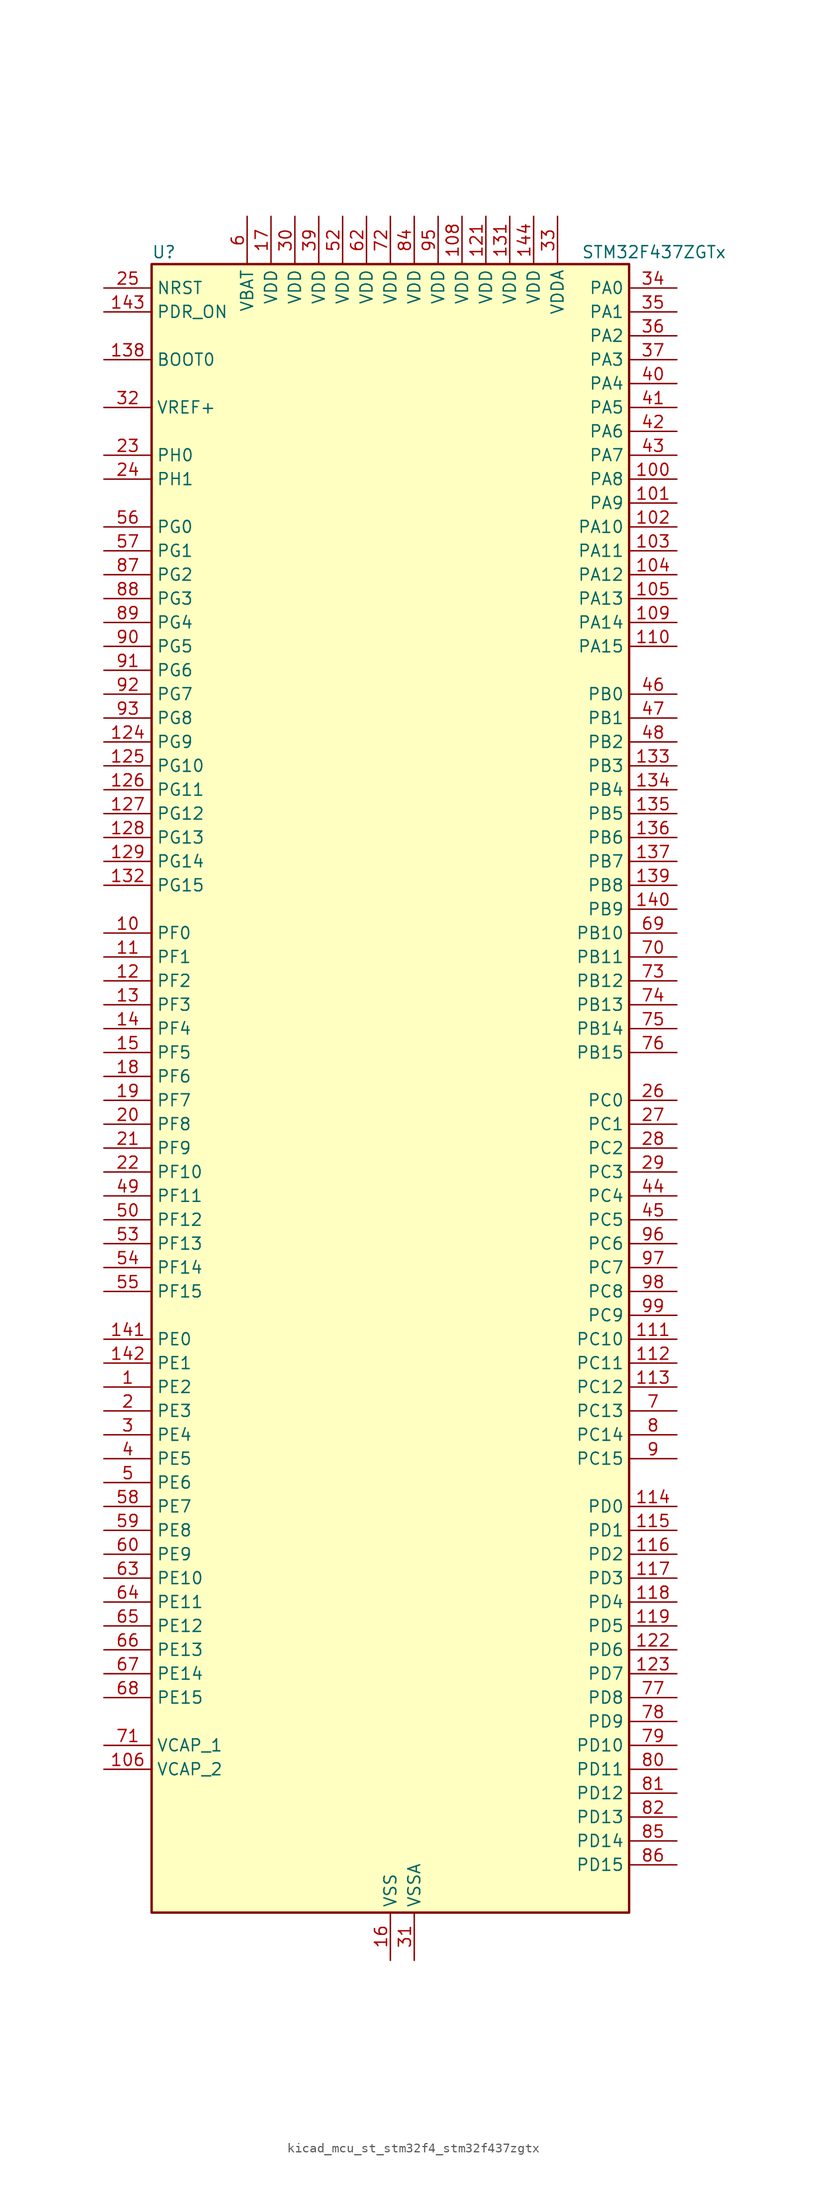
<source format=kicad_sym>
(kicad_symbol_lib
  (version 20220914)
  (generator kicad_symbol_editor)
  (symbol "kicad_mcu_st_stm32f4_stm32f437zgtx"
    (property "Reference" "U"
      (at -25.4 90.17 0)
      (effects (font (size 1.27 1.27)) (justify left)))
    (property "Value" "STM32F437ZGTx"
      (at 20.32 90.17 0)
      (effects (font (size 1.27 1.27)) (justify left)))
    (property "ki_locked" ""
      (at 0 0 0)
      (effects (font (size 1.27 1.27))))
    (symbol "kicad_mcu_st_stm32f4_stm32f437zgtx_0_1"
      (rectangle (start -25.4 -86.36) (end 25.4 88.9) (stroke (width 0.254) (type default)) (fill (type background))))
    (symbol "kicad_mcu_st_stm32f4_stm32f437zgtx_1_1"
      (pin bidirectional line (at -30.48 -30.48 0) (length 5.08) (name "PE2" (effects (font (size 1.27 1.27)))) (number "1" (effects (font (size 1.27 1.27)))) (alternate "ETH_TXD3" bidirectional line) (alternate "FMC_A23" bidirectional line) (alternate "SAI1_MCLK_A" bidirectional line) (alternate "SPI4_SCK" bidirectional line) (alternate "SYS_TRACECLK" bidirectional line))
      (pin bidirectional line (at -30.48 17.78 0) (length 5.08) (name "PF0" (effects (font (size 1.27 1.27)))) (number "10" (effects (font (size 1.27 1.27)))) (alternate "FMC_A0" bidirectional line) (alternate "I2C2_SDA" bidirectional line))
      (pin bidirectional line (at 30.48 66.04 180) (length 5.08) (name "PA8" (effects (font (size 1.27 1.27)))) (number "100" (effects (font (size 1.27 1.27)))) (alternate "I2C3_SCL" bidirectional line) (alternate "RCC_MCO_1" bidirectional line) (alternate "TIM1_CH1" bidirectional line) (alternate "USART1_CK" bidirectional line) (alternate "USB_OTG_FS_SOF" bidirectional line))
      (pin bidirectional line (at 30.48 63.5 180) (length 5.08) (name "PA9" (effects (font (size 1.27 1.27)))) (number "101" (effects (font (size 1.27 1.27)))) (alternate "DAC_EXTI9" bidirectional line) (alternate "DCMI_D0" bidirectional line) (alternate "I2C3_SMBA" bidirectional line) (alternate "TIM1_CH2" bidirectional line) (alternate "USART1_TX" bidirectional line) (alternate "USB_OTG_FS_VBUS" bidirectional line))
      (pin bidirectional line (at 30.48 60.96 180) (length 5.08) (name "PA10" (effects (font (size 1.27 1.27)))) (number "102" (effects (font (size 1.27 1.27)))) (alternate "DCMI_D1" bidirectional line) (alternate "TIM1_CH3" bidirectional line) (alternate "USART1_RX" bidirectional line) (alternate "USB_OTG_FS_ID" bidirectional line))
      (pin bidirectional line (at 30.48 58.42 180) (length 5.08) (name "PA11" (effects (font (size 1.27 1.27)))) (number "103" (effects (font (size 1.27 1.27)))) (alternate "ADC1_EXTI11" bidirectional line) (alternate "ADC2_EXTI11" bidirectional line) (alternate "ADC3_EXTI11" bidirectional line) (alternate "CAN1_RX" bidirectional line) (alternate "TIM1_CH4" bidirectional line) (alternate "USART1_CTS" bidirectional line) (alternate "USB_OTG_FS_DM" bidirectional line))
      (pin bidirectional line (at 30.48 55.88 180) (length 5.08) (name "PA12" (effects (font (size 1.27 1.27)))) (number "104" (effects (font (size 1.27 1.27)))) (alternate "CAN1_TX" bidirectional line) (alternate "TIM1_ETR" bidirectional line) (alternate "USART1_RTS" bidirectional line) (alternate "USB_OTG_FS_DP" bidirectional line))
      (pin bidirectional line (at 30.48 53.34 180) (length 5.08) (name "PA13" (effects (font (size 1.27 1.27)))) (number "105" (effects (font (size 1.27 1.27)))) (alternate "SYS_JTMS-SWDIO" bidirectional line))
      (pin power_out line (at -30.48 -71.12 0) (length 5.08) (name "VCAP_2" (effects (font (size 1.27 1.27)))) (number "106" (effects (font (size 1.27 1.27)))))
      (pin passive line (at 0 -91.44 90) (length 5.08) hide (name "VSS" (effects (font (size 1.27 1.27)))) (number "107" (effects (font (size 1.27 1.27)))))
      (pin power_in line (at 7.62 93.98 270) (length 5.08) (name "VDD" (effects (font (size 1.27 1.27)))) (number "108" (effects (font (size 1.27 1.27)))))
      (pin bidirectional line (at 30.48 50.8 180) (length 5.08) (name "PA14" (effects (font (size 1.27 1.27)))) (number "109" (effects (font (size 1.27 1.27)))) (alternate "SYS_JTCK-SWCLK" bidirectional line))
      (pin bidirectional line (at -30.48 15.24 0) (length 5.08) (name "PF1" (effects (font (size 1.27 1.27)))) (number "11" (effects (font (size 1.27 1.27)))) (alternate "FMC_A1" bidirectional line) (alternate "I2C2_SCL" bidirectional line))
      (pin bidirectional line (at 30.48 48.26 180) (length 5.08) (name "PA15" (effects (font (size 1.27 1.27)))) (number "110" (effects (font (size 1.27 1.27)))) (alternate "ADC1_EXTI15" bidirectional line) (alternate "ADC2_EXTI15" bidirectional line) (alternate "ADC3_EXTI15" bidirectional line) (alternate "I2S3_WS" bidirectional line) (alternate "SPI1_NSS" bidirectional line) (alternate "SPI3_NSS" bidirectional line) (alternate "SYS_JTDI" bidirectional line) (alternate "TIM2_CH1" bidirectional line) (alternate "TIM2_ETR" bidirectional line))
      (pin bidirectional line (at 30.48 -25.4 180) (length 5.08) (name "PC10" (effects (font (size 1.27 1.27)))) (number "111" (effects (font (size 1.27 1.27)))) (alternate "DCMI_D8" bidirectional line) (alternate "I2S3_CK" bidirectional line) (alternate "SDIO_D2" bidirectional line) (alternate "SPI3_SCK" bidirectional line) (alternate "UART4_TX" bidirectional line) (alternate "USART3_TX" bidirectional line))
      (pin bidirectional line (at 30.48 -27.94 180) (length 5.08) (name "PC11" (effects (font (size 1.27 1.27)))) (number "112" (effects (font (size 1.27 1.27)))) (alternate "ADC1_EXTI11" bidirectional line) (alternate "ADC2_EXTI11" bidirectional line) (alternate "ADC3_EXTI11" bidirectional line) (alternate "DCMI_D4" bidirectional line) (alternate "I2S3_ext_SD" bidirectional line) (alternate "SDIO_D3" bidirectional line) (alternate "SPI3_MISO" bidirectional line) (alternate "UART4_RX" bidirectional line) (alternate "USART3_RX" bidirectional line))
      (pin bidirectional line (at 30.48 -30.48 180) (length 5.08) (name "PC12" (effects (font (size 1.27 1.27)))) (number "113" (effects (font (size 1.27 1.27)))) (alternate "DCMI_D9" bidirectional line) (alternate "I2S3_SD" bidirectional line) (alternate "SDIO_CK" bidirectional line) (alternate "SPI3_MOSI" bidirectional line) (alternate "UART5_TX" bidirectional line) (alternate "USART3_CK" bidirectional line))
      (pin bidirectional line (at 30.48 -43.18 180) (length 5.08) (name "PD0" (effects (font (size 1.27 1.27)))) (number "114" (effects (font (size 1.27 1.27)))) (alternate "CAN1_RX" bidirectional line) (alternate "FMC_D2" bidirectional line) (alternate "FMC_DA2" bidirectional line))
      (pin bidirectional line (at 30.48 -45.72 180) (length 5.08) (name "PD1" (effects (font (size 1.27 1.27)))) (number "115" (effects (font (size 1.27 1.27)))) (alternate "CAN1_TX" bidirectional line) (alternate "FMC_D3" bidirectional line) (alternate "FMC_DA3" bidirectional line))
      (pin bidirectional line (at 30.48 -48.26 180) (length 5.08) (name "PD2" (effects (font (size 1.27 1.27)))) (number "116" (effects (font (size 1.27 1.27)))) (alternate "DCMI_D11" bidirectional line) (alternate "SDIO_CMD" bidirectional line) (alternate "TIM3_ETR" bidirectional line) (alternate "UART5_RX" bidirectional line))
      (pin bidirectional line (at 30.48 -50.8 180) (length 5.08) (name "PD3" (effects (font (size 1.27 1.27)))) (number "117" (effects (font (size 1.27 1.27)))) (alternate "DCMI_D5" bidirectional line) (alternate "FMC_CLK" bidirectional line) (alternate "I2S2_CK" bidirectional line) (alternate "SPI2_SCK" bidirectional line) (alternate "USART2_CTS" bidirectional line))
      (pin bidirectional line (at 30.48 -53.34 180) (length 5.08) (name "PD4" (effects (font (size 1.27 1.27)))) (number "118" (effects (font (size 1.27 1.27)))) (alternate "FMC_NOE" bidirectional line) (alternate "USART2_RTS" bidirectional line))
      (pin bidirectional line (at 30.48 -55.88 180) (length 5.08) (name "PD5" (effects (font (size 1.27 1.27)))) (number "119" (effects (font (size 1.27 1.27)))) (alternate "FMC_NWE" bidirectional line) (alternate "USART2_TX" bidirectional line))
      (pin bidirectional line (at -30.48 12.7 0) (length 5.08) (name "PF2" (effects (font (size 1.27 1.27)))) (number "12" (effects (font (size 1.27 1.27)))) (alternate "FMC_A2" bidirectional line) (alternate "I2C2_SMBA" bidirectional line))
      (pin passive line (at 0 -91.44 90) (length 5.08) hide (name "VSS" (effects (font (size 1.27 1.27)))) (number "120" (effects (font (size 1.27 1.27)))))
      (pin power_in line (at 10.16 93.98 270) (length 5.08) (name "VDD" (effects (font (size 1.27 1.27)))) (number "121" (effects (font (size 1.27 1.27)))))
      (pin bidirectional line (at 30.48 -58.42 180) (length 5.08) (name "PD6" (effects (font (size 1.27 1.27)))) (number "122" (effects (font (size 1.27 1.27)))) (alternate "DCMI_D10" bidirectional line) (alternate "FMC_NWAIT" bidirectional line) (alternate "I2S3_SD" bidirectional line) (alternate "SAI1_SD_A" bidirectional line) (alternate "SPI3_MOSI" bidirectional line) (alternate "USART2_RX" bidirectional line))
      (pin bidirectional line (at 30.48 -60.96 180) (length 5.08) (name "PD7" (effects (font (size 1.27 1.27)))) (number "123" (effects (font (size 1.27 1.27)))) (alternate "FMC_NCE2" bidirectional line) (alternate "FMC_NE1" bidirectional line) (alternate "USART2_CK" bidirectional line))
      (pin bidirectional line (at -30.48 38.1 0) (length 5.08) (name "PG9" (effects (font (size 1.27 1.27)))) (number "124" (effects (font (size 1.27 1.27)))) (alternate "DAC_EXTI9" bidirectional line) (alternate "DCMI_VSYNC" bidirectional line) (alternate "FMC_NCE3" bidirectional line) (alternate "FMC_NE2" bidirectional line) (alternate "USART6_RX" bidirectional line))
      (pin bidirectional line (at -30.48 35.56 0) (length 5.08) (name "PG10" (effects (font (size 1.27 1.27)))) (number "125" (effects (font (size 1.27 1.27)))) (alternate "DCMI_D2" bidirectional line) (alternate "FMC_NCE4_1" bidirectional line) (alternate "FMC_NE3" bidirectional line))
      (pin bidirectional line (at -30.48 33.02 0) (length 5.08) (name "PG11" (effects (font (size 1.27 1.27)))) (number "126" (effects (font (size 1.27 1.27)))) (alternate "ADC1_EXTI11" bidirectional line) (alternate "ADC2_EXTI11" bidirectional line) (alternate "ADC3_EXTI11" bidirectional line) (alternate "DCMI_D3" bidirectional line) (alternate "ETH_TX_EN" bidirectional line) (alternate "FMC_NCE4_2" bidirectional line))
      (pin bidirectional line (at -30.48 30.48 0) (length 5.08) (name "PG12" (effects (font (size 1.27 1.27)))) (number "127" (effects (font (size 1.27 1.27)))) (alternate "FMC_NE4" bidirectional line) (alternate "SPI6_MISO" bidirectional line) (alternate "USART6_RTS" bidirectional line))
      (pin bidirectional line (at -30.48 27.94 0) (length 5.08) (name "PG13" (effects (font (size 1.27 1.27)))) (number "128" (effects (font (size 1.27 1.27)))) (alternate "ETH_TXD0" bidirectional line) (alternate "FMC_A24" bidirectional line) (alternate "SPI6_SCK" bidirectional line) (alternate "USART6_CTS" bidirectional line))
      (pin bidirectional line (at -30.48 25.4 0) (length 5.08) (name "PG14" (effects (font (size 1.27 1.27)))) (number "129" (effects (font (size 1.27 1.27)))) (alternate "ETH_TXD1" bidirectional line) (alternate "FMC_A25" bidirectional line) (alternate "SPI6_MOSI" bidirectional line) (alternate "USART6_TX" bidirectional line))
      (pin bidirectional line (at -30.48 10.16 0) (length 5.08) (name "PF3" (effects (font (size 1.27 1.27)))) (number "13" (effects (font (size 1.27 1.27)))) (alternate "ADC3_IN9" bidirectional line) (alternate "FMC_A3" bidirectional line))
      (pin passive line (at 0 -91.44 90) (length 5.08) hide (name "VSS" (effects (font (size 1.27 1.27)))) (number "130" (effects (font (size 1.27 1.27)))))
      (pin power_in line (at 12.7 93.98 270) (length 5.08) (name "VDD" (effects (font (size 1.27 1.27)))) (number "131" (effects (font (size 1.27 1.27)))))
      (pin bidirectional line (at -30.48 22.86 0) (length 5.08) (name "PG15" (effects (font (size 1.27 1.27)))) (number "132" (effects (font (size 1.27 1.27)))) (alternate "ADC1_EXTI15" bidirectional line) (alternate "ADC2_EXTI15" bidirectional line) (alternate "ADC3_EXTI15" bidirectional line) (alternate "DCMI_D13" bidirectional line) (alternate "FMC_SDNCAS" bidirectional line) (alternate "USART6_CTS" bidirectional line))
      (pin bidirectional line (at 30.48 35.56 180) (length 5.08) (name "PB3" (effects (font (size 1.27 1.27)))) (number "133" (effects (font (size 1.27 1.27)))) (alternate "I2S3_CK" bidirectional line) (alternate "SPI1_SCK" bidirectional line) (alternate "SPI3_SCK" bidirectional line) (alternate "SYS_JTDO-SWO" bidirectional line) (alternate "TIM2_CH2" bidirectional line))
      (pin bidirectional line (at 30.48 33.02 180) (length 5.08) (name "PB4" (effects (font (size 1.27 1.27)))) (number "134" (effects (font (size 1.27 1.27)))) (alternate "I2S3_ext_SD" bidirectional line) (alternate "SPI1_MISO" bidirectional line) (alternate "SPI3_MISO" bidirectional line) (alternate "SYS_JTRST" bidirectional line) (alternate "TIM3_CH1" bidirectional line))
      (pin bidirectional line (at 30.48 30.48 180) (length 5.08) (name "PB5" (effects (font (size 1.27 1.27)))) (number "135" (effects (font (size 1.27 1.27)))) (alternate "CAN2_RX" bidirectional line) (alternate "DCMI_D10" bidirectional line) (alternate "ETH_PPS_OUT" bidirectional line) (alternate "FMC_SDCKE1" bidirectional line) (alternate "I2C1_SMBA" bidirectional line) (alternate "I2S3_SD" bidirectional line) (alternate "SPI1_MOSI" bidirectional line) (alternate "SPI3_MOSI" bidirectional line) (alternate "TIM3_CH2" bidirectional line) (alternate "USB_OTG_HS_ULPI_D7" bidirectional line))
      (pin bidirectional line (at 30.48 27.94 180) (length 5.08) (name "PB6" (effects (font (size 1.27 1.27)))) (number "136" (effects (font (size 1.27 1.27)))) (alternate "CAN2_TX" bidirectional line) (alternate "DCMI_D5" bidirectional line) (alternate "FMC_SDNE1" bidirectional line) (alternate "I2C1_SCL" bidirectional line) (alternate "TIM4_CH1" bidirectional line) (alternate "USART1_TX" bidirectional line))
      (pin bidirectional line (at 30.48 25.4 180) (length 5.08) (name "PB7" (effects (font (size 1.27 1.27)))) (number "137" (effects (font (size 1.27 1.27)))) (alternate "DCMI_VSYNC" bidirectional line) (alternate "FMC_NL" bidirectional line) (alternate "I2C1_SDA" bidirectional line) (alternate "TIM4_CH2" bidirectional line) (alternate "USART1_RX" bidirectional line))
      (pin input line (at -30.48 78.74 0) (length 5.08) (name "BOOT0" (effects (font (size 1.27 1.27)))) (number "138" (effects (font (size 1.27 1.27)))))
      (pin bidirectional line (at 30.48 22.86 180) (length 5.08) (name "PB8" (effects (font (size 1.27 1.27)))) (number "139" (effects (font (size 1.27 1.27)))) (alternate "CAN1_RX" bidirectional line) (alternate "DCMI_D6" bidirectional line) (alternate "ETH_TXD3" bidirectional line) (alternate "I2C1_SCL" bidirectional line) (alternate "SDIO_D4" bidirectional line) (alternate "TIM10_CH1" bidirectional line) (alternate "TIM4_CH3" bidirectional line))
      (pin bidirectional line (at -30.48 7.62 0) (length 5.08) (name "PF4" (effects (font (size 1.27 1.27)))) (number "14" (effects (font (size 1.27 1.27)))) (alternate "ADC3_IN14" bidirectional line) (alternate "FMC_A4" bidirectional line))
      (pin bidirectional line (at 30.48 20.32 180) (length 5.08) (name "PB9" (effects (font (size 1.27 1.27)))) (number "140" (effects (font (size 1.27 1.27)))) (alternate "CAN1_TX" bidirectional line) (alternate "DAC_EXTI9" bidirectional line) (alternate "DCMI_D7" bidirectional line) (alternate "I2C1_SDA" bidirectional line) (alternate "I2S2_WS" bidirectional line) (alternate "SDIO_D5" bidirectional line) (alternate "SPI2_NSS" bidirectional line) (alternate "TIM11_CH1" bidirectional line) (alternate "TIM4_CH4" bidirectional line))
      (pin bidirectional line (at -30.48 -25.4 0) (length 5.08) (name "PE0" (effects (font (size 1.27 1.27)))) (number "141" (effects (font (size 1.27 1.27)))) (alternate "DCMI_D2" bidirectional line) (alternate "FMC_NBL0" bidirectional line) (alternate "TIM4_ETR" bidirectional line) (alternate "UART8_RX" bidirectional line))
      (pin bidirectional line (at -30.48 -27.94 0) (length 5.08) (name "PE1" (effects (font (size 1.27 1.27)))) (number "142" (effects (font (size 1.27 1.27)))) (alternate "DCMI_D3" bidirectional line) (alternate "FMC_NBL1" bidirectional line) (alternate "UART8_TX" bidirectional line))
      (pin input line (at -30.48 83.82 0) (length 5.08) (name "PDR_ON" (effects (font (size 1.27 1.27)))) (number "143" (effects (font (size 1.27 1.27)))))
      (pin power_in line (at 15.24 93.98 270) (length 5.08) (name "VDD" (effects (font (size 1.27 1.27)))) (number "144" (effects (font (size 1.27 1.27)))))
      (pin bidirectional line (at -30.48 5.08 0) (length 5.08) (name "PF5" (effects (font (size 1.27 1.27)))) (number "15" (effects (font (size 1.27 1.27)))) (alternate "ADC3_IN15" bidirectional line) (alternate "FMC_A5" bidirectional line))
      (pin power_in line (at 0 -91.44 90) (length 5.08) (name "VSS" (effects (font (size 1.27 1.27)))) (number "16" (effects (font (size 1.27 1.27)))))
      (pin power_in line (at -12.7 93.98 270) (length 5.08) (name "VDD" (effects (font (size 1.27 1.27)))) (number "17" (effects (font (size 1.27 1.27)))))
      (pin bidirectional line (at -30.48 2.54 0) (length 5.08) (name "PF6" (effects (font (size 1.27 1.27)))) (number "18" (effects (font (size 1.27 1.27)))) (alternate "ADC3_IN4" bidirectional line) (alternate "FMC_NIORD" bidirectional line) (alternate "SAI1_SD_B" bidirectional line) (alternate "SPI5_NSS" bidirectional line) (alternate "TIM10_CH1" bidirectional line) (alternate "UART7_RX" bidirectional line))
      (pin bidirectional line (at -30.48 0 0) (length 5.08) (name "PF7" (effects (font (size 1.27 1.27)))) (number "19" (effects (font (size 1.27 1.27)))) (alternate "ADC3_IN5" bidirectional line) (alternate "FMC_NREG" bidirectional line) (alternate "SAI1_MCLK_B" bidirectional line) (alternate "SPI5_SCK" bidirectional line) (alternate "TIM11_CH1" bidirectional line) (alternate "UART7_TX" bidirectional line))
      (pin bidirectional line (at -30.48 -33.02 0) (length 5.08) (name "PE3" (effects (font (size 1.27 1.27)))) (number "2" (effects (font (size 1.27 1.27)))) (alternate "FMC_A19" bidirectional line) (alternate "SAI1_SD_B" bidirectional line) (alternate "SYS_TRACED0" bidirectional line))
      (pin bidirectional line (at -30.48 -2.54 0) (length 5.08) (name "PF8" (effects (font (size 1.27 1.27)))) (number "20" (effects (font (size 1.27 1.27)))) (alternate "ADC3_IN6" bidirectional line) (alternate "FMC_NIOWR" bidirectional line) (alternate "SAI1_SCK_B" bidirectional line) (alternate "SPI5_MISO" bidirectional line) (alternate "TIM13_CH1" bidirectional line))
      (pin bidirectional line (at -30.48 -5.08 0) (length 5.08) (name "PF9" (effects (font (size 1.27 1.27)))) (number "21" (effects (font (size 1.27 1.27)))) (alternate "ADC3_IN7" bidirectional line) (alternate "DAC_EXTI9" bidirectional line) (alternate "FMC_CD" bidirectional line) (alternate "SAI1_FS_B" bidirectional line) (alternate "SPI5_MOSI" bidirectional line) (alternate "TIM14_CH1" bidirectional line))
      (pin bidirectional line (at -30.48 -7.62 0) (length 5.08) (name "PF10" (effects (font (size 1.27 1.27)))) (number "22" (effects (font (size 1.27 1.27)))) (alternate "ADC3_IN8" bidirectional line) (alternate "DCMI_D11" bidirectional line) (alternate "FMC_INTR" bidirectional line))
      (pin bidirectional line (at -30.48 68.58 0) (length 5.08) (name "PH0" (effects (font (size 1.27 1.27)))) (number "23" (effects (font (size 1.27 1.27)))) (alternate "RCC_OSC_IN" bidirectional line))
      (pin bidirectional line (at -30.48 66.04 0) (length 5.08) (name "PH1" (effects (font (size 1.27 1.27)))) (number "24" (effects (font (size 1.27 1.27)))) (alternate "RCC_OSC_OUT" bidirectional line))
      (pin input line (at -30.48 86.36 0) (length 5.08) (name "NRST" (effects (font (size 1.27 1.27)))) (number "25" (effects (font (size 1.27 1.27)))))
      (pin bidirectional line (at 30.48 0 180) (length 5.08) (name "PC0" (effects (font (size 1.27 1.27)))) (number "26" (effects (font (size 1.27 1.27)))) (alternate "ADC1_IN10" bidirectional line) (alternate "ADC2_IN10" bidirectional line) (alternate "ADC3_IN10" bidirectional line) (alternate "FMC_SDNWE" bidirectional line) (alternate "USB_OTG_HS_ULPI_STP" bidirectional line))
      (pin bidirectional line (at 30.48 -2.54 180) (length 5.08) (name "PC1" (effects (font (size 1.27 1.27)))) (number "27" (effects (font (size 1.27 1.27)))) (alternate "ADC1_IN11" bidirectional line) (alternate "ADC2_IN11" bidirectional line) (alternate "ADC3_IN11" bidirectional line) (alternate "ETH_MDC" bidirectional line))
      (pin bidirectional line (at 30.48 -5.08 180) (length 5.08) (name "PC2" (effects (font (size 1.27 1.27)))) (number "28" (effects (font (size 1.27 1.27)))) (alternate "ADC1_IN12" bidirectional line) (alternate "ADC2_IN12" bidirectional line) (alternate "ADC3_IN12" bidirectional line) (alternate "ETH_TXD2" bidirectional line) (alternate "FMC_SDNE0" bidirectional line) (alternate "I2S2_ext_SD" bidirectional line) (alternate "SPI2_MISO" bidirectional line) (alternate "USB_OTG_HS_ULPI_DIR" bidirectional line))
      (pin bidirectional line (at 30.48 -7.62 180) (length 5.08) (name "PC3" (effects (font (size 1.27 1.27)))) (number "29" (effects (font (size 1.27 1.27)))) (alternate "ADC1_IN13" bidirectional line) (alternate "ADC2_IN13" bidirectional line) (alternate "ADC3_IN13" bidirectional line) (alternate "ETH_TX_CLK" bidirectional line) (alternate "FMC_SDCKE0" bidirectional line) (alternate "I2S2_SD" bidirectional line) (alternate "SPI2_MOSI" bidirectional line) (alternate "USB_OTG_HS_ULPI_NXT" bidirectional line))
      (pin bidirectional line (at -30.48 -35.56 0) (length 5.08) (name "PE4" (effects (font (size 1.27 1.27)))) (number "3" (effects (font (size 1.27 1.27)))) (alternate "DCMI_D4" bidirectional line) (alternate "FMC_A20" bidirectional line) (alternate "SAI1_FS_A" bidirectional line) (alternate "SPI4_NSS" bidirectional line) (alternate "SYS_TRACED1" bidirectional line))
      (pin power_in line (at -10.16 93.98 270) (length 5.08) (name "VDD" (effects (font (size 1.27 1.27)))) (number "30" (effects (font (size 1.27 1.27)))))
      (pin power_in line (at 2.54 -91.44 90) (length 5.08) (name "VSSA" (effects (font (size 1.27 1.27)))) (number "31" (effects (font (size 1.27 1.27)))))
      (pin input line (at -30.48 73.66 0) (length 5.08) (name "VREF+" (effects (font (size 1.27 1.27)))) (number "32" (effects (font (size 1.27 1.27)))))
      (pin power_in line (at 17.78 93.98 270) (length 5.08) (name "VDDA" (effects (font (size 1.27 1.27)))) (number "33" (effects (font (size 1.27 1.27)))))
      (pin bidirectional line (at 30.48 86.36 180) (length 5.08) (name "PA0" (effects (font (size 1.27 1.27)))) (number "34" (effects (font (size 1.27 1.27)))) (alternate "ADC1_IN0" bidirectional line) (alternate "ADC2_IN0" bidirectional line) (alternate "ADC3_IN0" bidirectional line) (alternate "ETH_CRS" bidirectional line) (alternate "SYS_WKUP" bidirectional line) (alternate "TIM2_CH1" bidirectional line) (alternate "TIM2_ETR" bidirectional line) (alternate "TIM5_CH1" bidirectional line) (alternate "TIM8_ETR" bidirectional line) (alternate "UART4_TX" bidirectional line) (alternate "USART2_CTS" bidirectional line))
      (pin bidirectional line (at 30.48 83.82 180) (length 5.08) (name "PA1" (effects (font (size 1.27 1.27)))) (number "35" (effects (font (size 1.27 1.27)))) (alternate "ADC1_IN1" bidirectional line) (alternate "ADC2_IN1" bidirectional line) (alternate "ADC3_IN1" bidirectional line) (alternate "ETH_REF_CLK" bidirectional line) (alternate "ETH_RX_CLK" bidirectional line) (alternate "TIM2_CH2" bidirectional line) (alternate "TIM5_CH2" bidirectional line) (alternate "UART4_RX" bidirectional line) (alternate "USART2_RTS" bidirectional line))
      (pin bidirectional line (at 30.48 81.28 180) (length 5.08) (name "PA2" (effects (font (size 1.27 1.27)))) (number "36" (effects (font (size 1.27 1.27)))) (alternate "ADC1_IN2" bidirectional line) (alternate "ADC2_IN2" bidirectional line) (alternate "ADC3_IN2" bidirectional line) (alternate "ETH_MDIO" bidirectional line) (alternate "TIM2_CH3" bidirectional line) (alternate "TIM5_CH3" bidirectional line) (alternate "TIM9_CH1" bidirectional line) (alternate "USART2_TX" bidirectional line))
      (pin bidirectional line (at 30.48 78.74 180) (length 5.08) (name "PA3" (effects (font (size 1.27 1.27)))) (number "37" (effects (font (size 1.27 1.27)))) (alternate "ADC1_IN3" bidirectional line) (alternate "ADC2_IN3" bidirectional line) (alternate "ADC3_IN3" bidirectional line) (alternate "ETH_COL" bidirectional line) (alternate "TIM2_CH4" bidirectional line) (alternate "TIM5_CH4" bidirectional line) (alternate "TIM9_CH2" bidirectional line) (alternate "USART2_RX" bidirectional line) (alternate "USB_OTG_HS_ULPI_D0" bidirectional line))
      (pin passive line (at 0 -91.44 90) (length 5.08) hide (name "VSS" (effects (font (size 1.27 1.27)))) (number "38" (effects (font (size 1.27 1.27)))))
      (pin power_in line (at -7.62 93.98 270) (length 5.08) (name "VDD" (effects (font (size 1.27 1.27)))) (number "39" (effects (font (size 1.27 1.27)))))
      (pin bidirectional line (at -30.48 -38.1 0) (length 5.08) (name "PE5" (effects (font (size 1.27 1.27)))) (number "4" (effects (font (size 1.27 1.27)))) (alternate "DCMI_D6" bidirectional line) (alternate "FMC_A21" bidirectional line) (alternate "SAI1_SCK_A" bidirectional line) (alternate "SPI4_MISO" bidirectional line) (alternate "SYS_TRACED2" bidirectional line) (alternate "TIM9_CH1" bidirectional line))
      (pin bidirectional line (at 30.48 76.2 180) (length 5.08) (name "PA4" (effects (font (size 1.27 1.27)))) (number "40" (effects (font (size 1.27 1.27)))) (alternate "ADC1_IN4" bidirectional line) (alternate "ADC2_IN4" bidirectional line) (alternate "DAC_OUT1" bidirectional line) (alternate "DCMI_HSYNC" bidirectional line) (alternate "I2S3_WS" bidirectional line) (alternate "SPI1_NSS" bidirectional line) (alternate "SPI3_NSS" bidirectional line) (alternate "USART2_CK" bidirectional line) (alternate "USB_OTG_HS_SOF" bidirectional line))
      (pin bidirectional line (at 30.48 73.66 180) (length 5.08) (name "PA5" (effects (font (size 1.27 1.27)))) (number "41" (effects (font (size 1.27 1.27)))) (alternate "ADC1_IN5" bidirectional line) (alternate "ADC2_IN5" bidirectional line) (alternate "DAC_OUT2" bidirectional line) (alternate "SPI1_SCK" bidirectional line) (alternate "TIM2_CH1" bidirectional line) (alternate "TIM2_ETR" bidirectional line) (alternate "TIM8_CH1N" bidirectional line) (alternate "USB_OTG_HS_ULPI_CK" bidirectional line))
      (pin bidirectional line (at 30.48 71.12 180) (length 5.08) (name "PA6" (effects (font (size 1.27 1.27)))) (number "42" (effects (font (size 1.27 1.27)))) (alternate "ADC1_IN6" bidirectional line) (alternate "ADC2_IN6" bidirectional line) (alternate "DCMI_PIXCLK" bidirectional line) (alternate "SPI1_MISO" bidirectional line) (alternate "TIM13_CH1" bidirectional line) (alternate "TIM1_BKIN" bidirectional line) (alternate "TIM3_CH1" bidirectional line) (alternate "TIM8_BKIN" bidirectional line))
      (pin bidirectional line (at 30.48 68.58 180) (length 5.08) (name "PA7" (effects (font (size 1.27 1.27)))) (number "43" (effects (font (size 1.27 1.27)))) (alternate "ADC1_IN7" bidirectional line) (alternate "ADC2_IN7" bidirectional line) (alternate "ETH_CRS_DV" bidirectional line) (alternate "ETH_RX_DV" bidirectional line) (alternate "SPI1_MOSI" bidirectional line) (alternate "TIM14_CH1" bidirectional line) (alternate "TIM1_CH1N" bidirectional line) (alternate "TIM3_CH2" bidirectional line) (alternate "TIM8_CH1N" bidirectional line))
      (pin bidirectional line (at 30.48 -10.16 180) (length 5.08) (name "PC4" (effects (font (size 1.27 1.27)))) (number "44" (effects (font (size 1.27 1.27)))) (alternate "ADC1_IN14" bidirectional line) (alternate "ADC2_IN14" bidirectional line) (alternate "ETH_RXD0" bidirectional line))
      (pin bidirectional line (at 30.48 -12.7 180) (length 5.08) (name "PC5" (effects (font (size 1.27 1.27)))) (number "45" (effects (font (size 1.27 1.27)))) (alternate "ADC1_IN15" bidirectional line) (alternate "ADC2_IN15" bidirectional line) (alternate "ETH_RXD1" bidirectional line))
      (pin bidirectional line (at 30.48 43.18 180) (length 5.08) (name "PB0" (effects (font (size 1.27 1.27)))) (number "46" (effects (font (size 1.27 1.27)))) (alternate "ADC1_IN8" bidirectional line) (alternate "ADC2_IN8" bidirectional line) (alternate "ETH_RXD2" bidirectional line) (alternate "TIM1_CH2N" bidirectional line) (alternate "TIM3_CH3" bidirectional line) (alternate "TIM8_CH2N" bidirectional line) (alternate "USB_OTG_HS_ULPI_D1" bidirectional line))
      (pin bidirectional line (at 30.48 40.64 180) (length 5.08) (name "PB1" (effects (font (size 1.27 1.27)))) (number "47" (effects (font (size 1.27 1.27)))) (alternate "ADC1_IN9" bidirectional line) (alternate "ADC2_IN9" bidirectional line) (alternate "ETH_RXD3" bidirectional line) (alternate "TIM1_CH3N" bidirectional line) (alternate "TIM3_CH4" bidirectional line) (alternate "TIM8_CH3N" bidirectional line) (alternate "USB_OTG_HS_ULPI_D2" bidirectional line))
      (pin bidirectional line (at 30.48 38.1 180) (length 5.08) (name "PB2" (effects (font (size 1.27 1.27)))) (number "48" (effects (font (size 1.27 1.27)))))
      (pin bidirectional line (at -30.48 -10.16 0) (length 5.08) (name "PF11" (effects (font (size 1.27 1.27)))) (number "49" (effects (font (size 1.27 1.27)))) (alternate "ADC1_EXTI11" bidirectional line) (alternate "ADC2_EXTI11" bidirectional line) (alternate "ADC3_EXTI11" bidirectional line) (alternate "DCMI_D12" bidirectional line) (alternate "FMC_SDNRAS" bidirectional line) (alternate "SPI5_MOSI" bidirectional line))
      (pin bidirectional line (at -30.48 -40.64 0) (length 5.08) (name "PE6" (effects (font (size 1.27 1.27)))) (number "5" (effects (font (size 1.27 1.27)))) (alternate "DCMI_D7" bidirectional line) (alternate "FMC_A22" bidirectional line) (alternate "SAI1_SD_A" bidirectional line) (alternate "SPI4_MOSI" bidirectional line) (alternate "SYS_TRACED3" bidirectional line) (alternate "TIM9_CH2" bidirectional line))
      (pin bidirectional line (at -30.48 -12.7 0) (length 5.08) (name "PF12" (effects (font (size 1.27 1.27)))) (number "50" (effects (font (size 1.27 1.27)))) (alternate "FMC_A6" bidirectional line))
      (pin passive line (at 0 -91.44 90) (length 5.08) hide (name "VSS" (effects (font (size 1.27 1.27)))) (number "51" (effects (font (size 1.27 1.27)))))
      (pin power_in line (at -5.08 93.98 270) (length 5.08) (name "VDD" (effects (font (size 1.27 1.27)))) (number "52" (effects (font (size 1.27 1.27)))))
      (pin bidirectional line (at -30.48 -15.24 0) (length 5.08) (name "PF13" (effects (font (size 1.27 1.27)))) (number "53" (effects (font (size 1.27 1.27)))) (alternate "FMC_A7" bidirectional line))
      (pin bidirectional line (at -30.48 -17.78 0) (length 5.08) (name "PF14" (effects (font (size 1.27 1.27)))) (number "54" (effects (font (size 1.27 1.27)))) (alternate "FMC_A8" bidirectional line))
      (pin bidirectional line (at -30.48 -20.32 0) (length 5.08) (name "PF15" (effects (font (size 1.27 1.27)))) (number "55" (effects (font (size 1.27 1.27)))) (alternate "ADC1_EXTI15" bidirectional line) (alternate "ADC2_EXTI15" bidirectional line) (alternate "ADC3_EXTI15" bidirectional line) (alternate "FMC_A9" bidirectional line))
      (pin bidirectional line (at -30.48 60.96 0) (length 5.08) (name "PG0" (effects (font (size 1.27 1.27)))) (number "56" (effects (font (size 1.27 1.27)))) (alternate "FMC_A10" bidirectional line))
      (pin bidirectional line (at -30.48 58.42 0) (length 5.08) (name "PG1" (effects (font (size 1.27 1.27)))) (number "57" (effects (font (size 1.27 1.27)))) (alternate "FMC_A11" bidirectional line))
      (pin bidirectional line (at -30.48 -43.18 0) (length 5.08) (name "PE7" (effects (font (size 1.27 1.27)))) (number "58" (effects (font (size 1.27 1.27)))) (alternate "FMC_D4" bidirectional line) (alternate "FMC_DA4" bidirectional line) (alternate "TIM1_ETR" bidirectional line) (alternate "UART7_RX" bidirectional line))
      (pin bidirectional line (at -30.48 -45.72 0) (length 5.08) (name "PE8" (effects (font (size 1.27 1.27)))) (number "59" (effects (font (size 1.27 1.27)))) (alternate "FMC_D5" bidirectional line) (alternate "FMC_DA5" bidirectional line) (alternate "TIM1_CH1N" bidirectional line) (alternate "UART7_TX" bidirectional line))
      (pin power_in line (at -15.24 93.98 270) (length 5.08) (name "VBAT" (effects (font (size 1.27 1.27)))) (number "6" (effects (font (size 1.27 1.27)))))
      (pin bidirectional line (at -30.48 -48.26 0) (length 5.08) (name "PE9" (effects (font (size 1.27 1.27)))) (number "60" (effects (font (size 1.27 1.27)))) (alternate "DAC_EXTI9" bidirectional line) (alternate "FMC_D6" bidirectional line) (alternate "FMC_DA6" bidirectional line) (alternate "TIM1_CH1" bidirectional line))
      (pin passive line (at 0 -91.44 90) (length 5.08) hide (name "VSS" (effects (font (size 1.27 1.27)))) (number "61" (effects (font (size 1.27 1.27)))))
      (pin power_in line (at -2.54 93.98 270) (length 5.08) (name "VDD" (effects (font (size 1.27 1.27)))) (number "62" (effects (font (size 1.27 1.27)))))
      (pin bidirectional line (at -30.48 -50.8 0) (length 5.08) (name "PE10" (effects (font (size 1.27 1.27)))) (number "63" (effects (font (size 1.27 1.27)))) (alternate "FMC_D7" bidirectional line) (alternate "FMC_DA7" bidirectional line) (alternate "TIM1_CH2N" bidirectional line))
      (pin bidirectional line (at -30.48 -53.34 0) (length 5.08) (name "PE11" (effects (font (size 1.27 1.27)))) (number "64" (effects (font (size 1.27 1.27)))) (alternate "ADC1_EXTI11" bidirectional line) (alternate "ADC2_EXTI11" bidirectional line) (alternate "ADC3_EXTI11" bidirectional line) (alternate "FMC_D8" bidirectional line) (alternate "FMC_DA8" bidirectional line) (alternate "SPI4_NSS" bidirectional line) (alternate "TIM1_CH2" bidirectional line))
      (pin bidirectional line (at -30.48 -55.88 0) (length 5.08) (name "PE12" (effects (font (size 1.27 1.27)))) (number "65" (effects (font (size 1.27 1.27)))) (alternate "FMC_D9" bidirectional line) (alternate "FMC_DA9" bidirectional line) (alternate "SPI4_SCK" bidirectional line) (alternate "TIM1_CH3N" bidirectional line))
      (pin bidirectional line (at -30.48 -58.42 0) (length 5.08) (name "PE13" (effects (font (size 1.27 1.27)))) (number "66" (effects (font (size 1.27 1.27)))) (alternate "FMC_D10" bidirectional line) (alternate "FMC_DA10" bidirectional line) (alternate "SPI4_MISO" bidirectional line) (alternate "TIM1_CH3" bidirectional line))
      (pin bidirectional line (at -30.48 -60.96 0) (length 5.08) (name "PE14" (effects (font (size 1.27 1.27)))) (number "67" (effects (font (size 1.27 1.27)))) (alternate "FMC_D11" bidirectional line) (alternate "FMC_DA11" bidirectional line) (alternate "SPI4_MOSI" bidirectional line) (alternate "TIM1_CH4" bidirectional line))
      (pin bidirectional line (at -30.48 -63.5 0) (length 5.08) (name "PE15" (effects (font (size 1.27 1.27)))) (number "68" (effects (font (size 1.27 1.27)))) (alternate "ADC1_EXTI15" bidirectional line) (alternate "ADC2_EXTI15" bidirectional line) (alternate "ADC3_EXTI15" bidirectional line) (alternate "FMC_D12" bidirectional line) (alternate "FMC_DA12" bidirectional line) (alternate "TIM1_BKIN" bidirectional line))
      (pin bidirectional line (at 30.48 17.78 180) (length 5.08) (name "PB10" (effects (font (size 1.27 1.27)))) (number "69" (effects (font (size 1.27 1.27)))) (alternate "ETH_RX_ER" bidirectional line) (alternate "I2C2_SCL" bidirectional line) (alternate "I2S2_CK" bidirectional line) (alternate "SPI2_SCK" bidirectional line) (alternate "TIM2_CH3" bidirectional line) (alternate "USART3_TX" bidirectional line) (alternate "USB_OTG_HS_ULPI_D3" bidirectional line))
      (pin bidirectional line (at 30.48 -33.02 180) (length 5.08) (name "PC13" (effects (font (size 1.27 1.27)))) (number "7" (effects (font (size 1.27 1.27)))) (alternate "RTC_AF1" bidirectional line))
      (pin bidirectional line (at 30.48 15.24 180) (length 5.08) (name "PB11" (effects (font (size 1.27 1.27)))) (number "70" (effects (font (size 1.27 1.27)))) (alternate "ADC1_EXTI11" bidirectional line) (alternate "ADC2_EXTI11" bidirectional line) (alternate "ADC3_EXTI11" bidirectional line) (alternate "ETH_TX_EN" bidirectional line) (alternate "I2C2_SDA" bidirectional line) (alternate "TIM2_CH4" bidirectional line) (alternate "USART3_RX" bidirectional line) (alternate "USB_OTG_HS_ULPI_D4" bidirectional line))
      (pin power_out line (at -30.48 -68.58 0) (length 5.08) (name "VCAP_1" (effects (font (size 1.27 1.27)))) (number "71" (effects (font (size 1.27 1.27)))))
      (pin power_in line (at 0 93.98 270) (length 5.08) (name "VDD" (effects (font (size 1.27 1.27)))) (number "72" (effects (font (size 1.27 1.27)))))
      (pin bidirectional line (at 30.48 12.7 180) (length 5.08) (name "PB12" (effects (font (size 1.27 1.27)))) (number "73" (effects (font (size 1.27 1.27)))) (alternate "CAN2_RX" bidirectional line) (alternate "ETH_TXD0" bidirectional line) (alternate "I2C2_SMBA" bidirectional line) (alternate "I2S2_WS" bidirectional line) (alternate "SPI2_NSS" bidirectional line) (alternate "TIM1_BKIN" bidirectional line) (alternate "USART3_CK" bidirectional line) (alternate "USB_OTG_HS_ID" bidirectional line) (alternate "USB_OTG_HS_ULPI_D5" bidirectional line))
      (pin bidirectional line (at 30.48 10.16 180) (length 5.08) (name "PB13" (effects (font (size 1.27 1.27)))) (number "74" (effects (font (size 1.27 1.27)))) (alternate "CAN2_TX" bidirectional line) (alternate "ETH_TXD1" bidirectional line) (alternate "I2S2_CK" bidirectional line) (alternate "SPI2_SCK" bidirectional line) (alternate "TIM1_CH1N" bidirectional line) (alternate "USART3_CTS" bidirectional line) (alternate "USB_OTG_HS_ULPI_D6" bidirectional line) (alternate "USB_OTG_HS_VBUS" bidirectional line))
      (pin bidirectional line (at 30.48 7.62 180) (length 5.08) (name "PB14" (effects (font (size 1.27 1.27)))) (number "75" (effects (font (size 1.27 1.27)))) (alternate "I2S2_ext_SD" bidirectional line) (alternate "SPI2_MISO" bidirectional line) (alternate "TIM12_CH1" bidirectional line) (alternate "TIM1_CH2N" bidirectional line) (alternate "TIM8_CH2N" bidirectional line) (alternate "USART3_RTS" bidirectional line) (alternate "USB_OTG_HS_DM" bidirectional line))
      (pin bidirectional line (at 30.48 5.08 180) (length 5.08) (name "PB15" (effects (font (size 1.27 1.27)))) (number "76" (effects (font (size 1.27 1.27)))) (alternate "ADC1_EXTI15" bidirectional line) (alternate "ADC2_EXTI15" bidirectional line) (alternate "ADC3_EXTI15" bidirectional line) (alternate "I2S2_SD" bidirectional line) (alternate "RTC_REFIN" bidirectional line) (alternate "SPI2_MOSI" bidirectional line) (alternate "TIM12_CH2" bidirectional line) (alternate "TIM1_CH3N" bidirectional line) (alternate "TIM8_CH3N" bidirectional line) (alternate "USB_OTG_HS_DP" bidirectional line))
      (pin bidirectional line (at 30.48 -63.5 180) (length 5.08) (name "PD8" (effects (font (size 1.27 1.27)))) (number "77" (effects (font (size 1.27 1.27)))) (alternate "FMC_D13" bidirectional line) (alternate "FMC_DA13" bidirectional line) (alternate "USART3_TX" bidirectional line))
      (pin bidirectional line (at 30.48 -66.04 180) (length 5.08) (name "PD9" (effects (font (size 1.27 1.27)))) (number "78" (effects (font (size 1.27 1.27)))) (alternate "DAC_EXTI9" bidirectional line) (alternate "FMC_D14" bidirectional line) (alternate "FMC_DA14" bidirectional line) (alternate "USART3_RX" bidirectional line))
      (pin bidirectional line (at 30.48 -68.58 180) (length 5.08) (name "PD10" (effects (font (size 1.27 1.27)))) (number "79" (effects (font (size 1.27 1.27)))) (alternate "FMC_D15" bidirectional line) (alternate "FMC_DA15" bidirectional line) (alternate "USART3_CK" bidirectional line))
      (pin bidirectional line (at 30.48 -35.56 180) (length 5.08) (name "PC14" (effects (font (size 1.27 1.27)))) (number "8" (effects (font (size 1.27 1.27)))) (alternate "RCC_OSC32_IN" bidirectional line))
      (pin bidirectional line (at 30.48 -71.12 180) (length 5.08) (name "PD11" (effects (font (size 1.27 1.27)))) (number "80" (effects (font (size 1.27 1.27)))) (alternate "ADC1_EXTI11" bidirectional line) (alternate "ADC2_EXTI11" bidirectional line) (alternate "ADC3_EXTI11" bidirectional line) (alternate "FMC_A16" bidirectional line) (alternate "FMC_CLE" bidirectional line) (alternate "USART3_CTS" bidirectional line))
      (pin bidirectional line (at 30.48 -73.66 180) (length 5.08) (name "PD12" (effects (font (size 1.27 1.27)))) (number "81" (effects (font (size 1.27 1.27)))) (alternate "FMC_A17" bidirectional line) (alternate "FMC_ALE" bidirectional line) (alternate "TIM4_CH1" bidirectional line) (alternate "USART3_RTS" bidirectional line))
      (pin bidirectional line (at 30.48 -76.2 180) (length 5.08) (name "PD13" (effects (font (size 1.27 1.27)))) (number "82" (effects (font (size 1.27 1.27)))) (alternate "FMC_A18" bidirectional line) (alternate "TIM4_CH2" bidirectional line))
      (pin passive line (at 0 -91.44 90) (length 5.08) hide (name "VSS" (effects (font (size 1.27 1.27)))) (number "83" (effects (font (size 1.27 1.27)))))
      (pin power_in line (at 2.54 93.98 270) (length 5.08) (name "VDD" (effects (font (size 1.27 1.27)))) (number "84" (effects (font (size 1.27 1.27)))))
      (pin bidirectional line (at 30.48 -78.74 180) (length 5.08) (name "PD14" (effects (font (size 1.27 1.27)))) (number "85" (effects (font (size 1.27 1.27)))) (alternate "FMC_D0" bidirectional line) (alternate "FMC_DA0" bidirectional line) (alternate "TIM4_CH3" bidirectional line))
      (pin bidirectional line (at 30.48 -81.28 180) (length 5.08) (name "PD15" (effects (font (size 1.27 1.27)))) (number "86" (effects (font (size 1.27 1.27)))) (alternate "ADC1_EXTI15" bidirectional line) (alternate "ADC2_EXTI15" bidirectional line) (alternate "ADC3_EXTI15" bidirectional line) (alternate "FMC_D1" bidirectional line) (alternate "FMC_DA1" bidirectional line) (alternate "TIM4_CH4" bidirectional line))
      (pin bidirectional line (at -30.48 55.88 0) (length 5.08) (name "PG2" (effects (font (size 1.27 1.27)))) (number "87" (effects (font (size 1.27 1.27)))) (alternate "FMC_A12" bidirectional line))
      (pin bidirectional line (at -30.48 53.34 0) (length 5.08) (name "PG3" (effects (font (size 1.27 1.27)))) (number "88" (effects (font (size 1.27 1.27)))) (alternate "FMC_A13" bidirectional line))
      (pin bidirectional line (at -30.48 50.8 0) (length 5.08) (name "PG4" (effects (font (size 1.27 1.27)))) (number "89" (effects (font (size 1.27 1.27)))) (alternate "FMC_A14" bidirectional line) (alternate "FMC_BA0" bidirectional line))
      (pin bidirectional line (at 30.48 -38.1 180) (length 5.08) (name "PC15" (effects (font (size 1.27 1.27)))) (number "9" (effects (font (size 1.27 1.27)))) (alternate "ADC1_EXTI15" bidirectional line) (alternate "ADC2_EXTI15" bidirectional line) (alternate "ADC3_EXTI15" bidirectional line) (alternate "RCC_OSC32_OUT" bidirectional line))
      (pin bidirectional line (at -30.48 48.26 0) (length 5.08) (name "PG5" (effects (font (size 1.27 1.27)))) (number "90" (effects (font (size 1.27 1.27)))) (alternate "FMC_A15" bidirectional line) (alternate "FMC_BA1" bidirectional line))
      (pin bidirectional line (at -30.48 45.72 0) (length 5.08) (name "PG6" (effects (font (size 1.27 1.27)))) (number "91" (effects (font (size 1.27 1.27)))) (alternate "DCMI_D12" bidirectional line) (alternate "FMC_INT2" bidirectional line))
      (pin bidirectional line (at -30.48 43.18 0) (length 5.08) (name "PG7" (effects (font (size 1.27 1.27)))) (number "92" (effects (font (size 1.27 1.27)))) (alternate "DCMI_D13" bidirectional line) (alternate "FMC_INT3" bidirectional line) (alternate "USART6_CK" bidirectional line))
      (pin bidirectional line (at -30.48 40.64 0) (length 5.08) (name "PG8" (effects (font (size 1.27 1.27)))) (number "93" (effects (font (size 1.27 1.27)))) (alternate "ETH_PPS_OUT" bidirectional line) (alternate "FMC_SDCLK" bidirectional line) (alternate "SPI6_NSS" bidirectional line) (alternate "USART6_RTS" bidirectional line))
      (pin passive line (at 0 -91.44 90) (length 5.08) hide (name "VSS" (effects (font (size 1.27 1.27)))) (number "94" (effects (font (size 1.27 1.27)))))
      (pin power_in line (at 5.08 93.98 270) (length 5.08) (name "VDD" (effects (font (size 1.27 1.27)))) (number "95" (effects (font (size 1.27 1.27)))))
      (pin bidirectional line (at 30.48 -15.24 180) (length 5.08) (name "PC6" (effects (font (size 1.27 1.27)))) (number "96" (effects (font (size 1.27 1.27)))) (alternate "DCMI_D0" bidirectional line) (alternate "I2S2_MCK" bidirectional line) (alternate "SDIO_D6" bidirectional line) (alternate "TIM3_CH1" bidirectional line) (alternate "TIM8_CH1" bidirectional line) (alternate "USART6_TX" bidirectional line))
      (pin bidirectional line (at 30.48 -17.78 180) (length 5.08) (name "PC7" (effects (font (size 1.27 1.27)))) (number "97" (effects (font (size 1.27 1.27)))) (alternate "DCMI_D1" bidirectional line) (alternate "I2S3_MCK" bidirectional line) (alternate "SDIO_D7" bidirectional line) (alternate "TIM3_CH2" bidirectional line) (alternate "TIM8_CH2" bidirectional line) (alternate "USART6_RX" bidirectional line))
      (pin bidirectional line (at 30.48 -20.32 180) (length 5.08) (name "PC8" (effects (font (size 1.27 1.27)))) (number "98" (effects (font (size 1.27 1.27)))) (alternate "DCMI_D2" bidirectional line) (alternate "SDIO_D0" bidirectional line) (alternate "TIM3_CH3" bidirectional line) (alternate "TIM8_CH3" bidirectional line) (alternate "USART6_CK" bidirectional line))
      (pin bidirectional line (at 30.48 -22.86 180) (length 5.08) (name "PC9" (effects (font (size 1.27 1.27)))) (number "99" (effects (font (size 1.27 1.27)))) (alternate "DAC_EXTI9" bidirectional line) (alternate "DCMI_D3" bidirectional line) (alternate "I2C3_SDA" bidirectional line) (alternate "I2S_CKIN" bidirectional line) (alternate "RCC_MCO_2" bidirectional line) (alternate "SDIO_D1" bidirectional line) (alternate "TIM3_CH4" bidirectional line) (alternate "TIM8_CH4" bidirectional line)))))
</source>
